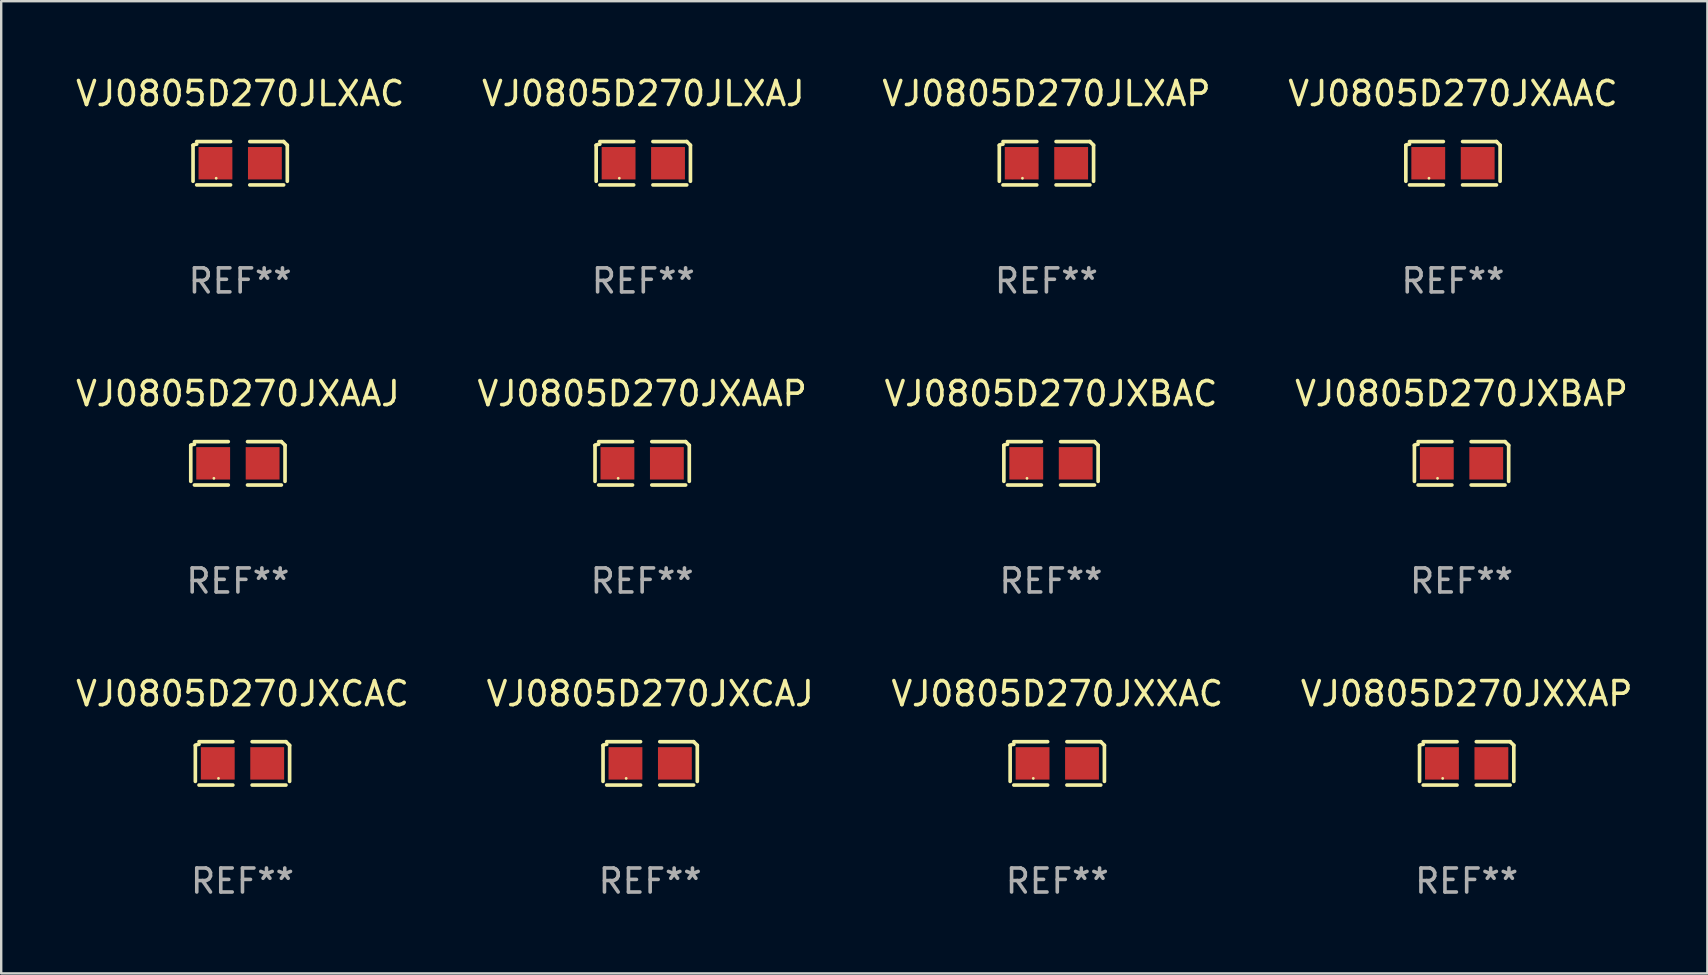
<source format=kicad_pcb>
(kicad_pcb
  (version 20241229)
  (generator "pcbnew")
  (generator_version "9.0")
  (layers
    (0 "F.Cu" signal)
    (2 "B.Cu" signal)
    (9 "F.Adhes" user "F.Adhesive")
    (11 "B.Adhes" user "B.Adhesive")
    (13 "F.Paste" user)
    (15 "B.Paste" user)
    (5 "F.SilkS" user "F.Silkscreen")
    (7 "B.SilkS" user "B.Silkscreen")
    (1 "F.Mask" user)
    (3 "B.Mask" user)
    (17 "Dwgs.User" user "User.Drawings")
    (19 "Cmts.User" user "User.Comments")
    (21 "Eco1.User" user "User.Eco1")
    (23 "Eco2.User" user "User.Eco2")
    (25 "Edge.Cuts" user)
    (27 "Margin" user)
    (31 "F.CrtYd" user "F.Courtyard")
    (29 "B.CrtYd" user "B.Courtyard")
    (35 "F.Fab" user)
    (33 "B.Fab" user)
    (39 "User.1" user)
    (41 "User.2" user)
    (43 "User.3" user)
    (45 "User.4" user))
  (footprint "VJ0805D270JXXAP"
    (layer "F.Cu")
    (at 58.065 28.759)
    (property "Reference" "VJ0805D270JXXAP" (at 0 -2.904 0) (layer "F.SilkS") (effects (font (size 1 1) (thickness 0.15))))
    (attr through_hole)
    (fp_line (start -1.964 0.751) (end -1.964 -0.751) (stroke (width 0.152) (type solid)) (layer "F.SilkS"))
    (fp_line (start -1.811 -0.904) (end -0.401 -0.904) (stroke (width 0.152) (type solid)) (layer "F.SilkS"))
    (fp_line (start -0.401 0.904) (end -1.811 0.904) (stroke (width 0.152) (type solid)) (layer "F.SilkS"))
    (fp_line (start 0.401 0.904) (end 1.811 0.904) (stroke (width 0.152) (type solid)) (layer "F.SilkS"))
    (fp_line (start 1.811 -0.904) (end 0.401 -0.904) (stroke (width 0.152) (type solid)) (layer "F.SilkS"))
    (fp_line (start 1.964 0.751) (end 1.964 -0.751) (stroke (width 0.152) (type solid)) (layer "F.SilkS"))
    (fp_arc (start -1.963602 -0.751207) (mid -1.890354 -0.783131) (end -1.811201 -0.794044) (stroke (width 0.1524) (type solid)) (layer "F.SilkS"))
    (fp_arc (start 1.811202 -0.903607) (mid 1.887413 -0.827418) (end 1.963602 -0.751207) (stroke (width 0.1524) (type solid)) (layer "F.SilkS"))
    (fp_circle (center -1 0.625) (end -0.97 0.625) (stroke (width 0.06) (type solid)) (fill no) (layer "F.SilkS"))
    (fp_text user "REF**" (at 0 4.904 0) (layer "F.Fab") (effects (font (size 1 1) (thickness 0.15))))
    (pad "1" smd rect (at -1.03 0) (size 1.41 1.35) (layers "F.Cu" "F.Mask" "F.Paste"))
    (pad "2" smd rect (at 1.03 0) (size 1.41 1.35) (layers "F.Cu" "F.Mask" "F.Paste")))
  (footprint "VJ0805D270JXCAJ"
    (layer "F.Cu")
    (at 24.042 28.759)
    (property "Reference" "VJ0805D270JXCAJ" (at 0 -2.904 0) (layer "F.SilkS") (effects (font (size 1 1) (thickness 0.15))))
    (attr through_hole)
    (fp_line (start -1.964 0.751) (end -1.964 -0.751) (stroke (width 0.152) (type solid)) (layer "F.SilkS"))
    (fp_line (start -1.811 -0.904) (end -0.401 -0.904) (stroke (width 0.152) (type solid)) (layer "F.SilkS"))
    (fp_line (start -0.401 0.904) (end -1.811 0.904) (stroke (width 0.152) (type solid)) (layer "F.SilkS"))
    (fp_line (start 0.401 0.904) (end 1.811 0.904) (stroke (width 0.152) (type solid)) (layer "F.SilkS"))
    (fp_line (start 1.811 -0.904) (end 0.401 -0.904) (stroke (width 0.152) (type solid)) (layer "F.SilkS"))
    (fp_line (start 1.964 0.751) (end 1.964 -0.751) (stroke (width 0.152) (type solid)) (layer "F.SilkS"))
    (fp_arc (start -1.963602 -0.751207) (mid -1.890354 -0.783131) (end -1.811201 -0.794044) (stroke (width 0.1524) (type solid)) (layer "F.SilkS"))
    (fp_arc (start 1.811202 -0.903607) (mid 1.887413 -0.827418) (end 1.963602 -0.751207) (stroke (width 0.1524) (type solid)) (layer "F.SilkS"))
    (fp_circle (center -1 0.625) (end -0.97 0.625) (stroke (width 0.06) (type solid)) (fill no) (layer "F.SilkS"))
    (fp_text user "REF**" (at 0 4.904 0) (layer "F.Fab") (effects (font (size 1 1) (thickness 0.15))))
    (pad "1" smd rect (at -1.03 0) (size 1.41 1.35) (layers "F.Cu" "F.Mask" "F.Paste"))
    (pad "2" smd rect (at 1.03 0) (size 1.41 1.35) (layers "F.Cu" "F.Mask" "F.Paste")))
  (footprint "VJ0805D270JLXAP"
    (layer "F.Cu")
    (at 40.554 3.752)
    (property "Reference" "VJ0805D270JLXAP" (at 0 -2.904 0) (layer "F.SilkS") (effects (font (size 1 1) (thickness 0.15))))
    (attr through_hole)
    (fp_line (start -1.964 0.751) (end -1.964 -0.751) (stroke (width 0.152) (type solid)) (layer "F.SilkS"))
    (fp_line (start -1.811 -0.904) (end -0.401 -0.904) (stroke (width 0.152) (type solid)) (layer "F.SilkS"))
    (fp_line (start -0.401 0.904) (end -1.811 0.904) (stroke (width 0.152) (type solid)) (layer "F.SilkS"))
    (fp_line (start 0.401 0.904) (end 1.811 0.904) (stroke (width 0.152) (type solid)) (layer "F.SilkS"))
    (fp_line (start 1.811 -0.904) (end 0.401 -0.904) (stroke (width 0.152) (type solid)) (layer "F.SilkS"))
    (fp_line (start 1.964 0.751) (end 1.964 -0.751) (stroke (width 0.152) (type solid)) (layer "F.SilkS"))
    (fp_arc (start -1.963602 -0.751207) (mid -1.890354 -0.783131) (end -1.811201 -0.794044) (stroke (width 0.1524) (type solid)) (layer "F.SilkS"))
    (fp_arc (start 1.811202 -0.903607) (mid 1.887413 -0.827418) (end 1.963602 -0.751207) (stroke (width 0.1524) (type solid)) (layer "F.SilkS"))
    (fp_circle (center -1 0.625) (end -0.97 0.625) (stroke (width 0.06) (type solid)) (fill no) (layer "F.SilkS"))
    (fp_text user "REF**" (at 0 4.904 0) (layer "F.Fab") (effects (font (size 1 1) (thickness 0.15))))
    (pad "1" smd rect (at -1.03 0) (size 1.41 1.35) (layers "F.Cu" "F.Mask" "F.Paste"))
    (pad "2" smd rect (at 1.03 0) (size 1.41 1.35) (layers "F.Cu" "F.Mask" "F.Paste")))
  (footprint "VJ0805D270JXAAC"
    (layer "F.Cu")
    (at 57.494 3.752)
    (property "Reference" "VJ0805D270JXAAC" (at 0 -2.904 0) (layer "F.SilkS") (effects (font (size 1 1) (thickness 0.15))))
    (attr through_hole)
    (fp_line (start -1.964 0.751) (end -1.964 -0.751) (stroke (width 0.152) (type solid)) (layer "F.SilkS"))
    (fp_line (start -1.811 -0.904) (end -0.401 -0.904) (stroke (width 0.152) (type solid)) (layer "F.SilkS"))
    (fp_line (start -0.401 0.904) (end -1.811 0.904) (stroke (width 0.152) (type solid)) (layer "F.SilkS"))
    (fp_line (start 0.401 0.904) (end 1.811 0.904) (stroke (width 0.152) (type solid)) (layer "F.SilkS"))
    (fp_line (start 1.811 -0.904) (end 0.401 -0.904) (stroke (width 0.152) (type solid)) (layer "F.SilkS"))
    (fp_line (start 1.964 0.751) (end 1.964 -0.751) (stroke (width 0.152) (type solid)) (layer "F.SilkS"))
    (fp_arc (start -1.963602 -0.751207) (mid -1.890354 -0.783131) (end -1.811201 -0.794044) (stroke (width 0.1524) (type solid)) (layer "F.SilkS"))
    (fp_arc (start 1.811202 -0.903607) (mid 1.887413 -0.827418) (end 1.963602 -0.751207) (stroke (width 0.1524) (type solid)) (layer "F.SilkS"))
    (fp_circle (center -1 0.625) (end -0.97 0.625) (stroke (width 0.06) (type solid)) (fill no) (layer "F.SilkS"))
    (fp_text user "REF**" (at 0 4.904 0) (layer "F.Fab") (effects (font (size 1 1) (thickness 0.15))))
    (pad "1" smd rect (at -1.03 0) (size 1.41 1.35) (layers "F.Cu" "F.Mask" "F.Paste"))
    (pad "2" smd rect (at 1.03 0) (size 1.41 1.35) (layers "F.Cu" "F.Mask" "F.Paste")))
  (footprint "VJ0805D270JXXAC"
    (layer "F.Cu")
    (at 41.006 28.759)
    (property "Reference" "VJ0805D270JXXAC" (at 0 -2.904 0) (layer "F.SilkS") (effects (font (size 1 1) (thickness 0.15))))
    (attr through_hole)
    (fp_line (start -1.964 0.751) (end -1.964 -0.751) (stroke (width 0.152) (type solid)) (layer "F.SilkS"))
    (fp_line (start -1.811 -0.904) (end -0.401 -0.904) (stroke (width 0.152) (type solid)) (layer "F.SilkS"))
    (fp_line (start -0.401 0.904) (end -1.811 0.904) (stroke (width 0.152) (type solid)) (layer "F.SilkS"))
    (fp_line (start 0.401 0.904) (end 1.811 0.904) (stroke (width 0.152) (type solid)) (layer "F.SilkS"))
    (fp_line (start 1.811 -0.904) (end 0.401 -0.904) (stroke (width 0.152) (type solid)) (layer "F.SilkS"))
    (fp_line (start 1.964 0.751) (end 1.964 -0.751) (stroke (width 0.152) (type solid)) (layer "F.SilkS"))
    (fp_arc (start -1.963602 -0.751207) (mid -1.890354 -0.783131) (end -1.811201 -0.794044) (stroke (width 0.1524) (type solid)) (layer "F.SilkS"))
    (fp_arc (start 1.811202 -0.903607) (mid 1.887413 -0.827418) (end 1.963602 -0.751207) (stroke (width 0.1524) (type solid)) (layer "F.SilkS"))
    (fp_circle (center -1 0.625) (end -0.97 0.625) (stroke (width 0.06) (type solid)) (fill no) (layer "F.SilkS"))
    (fp_text user "REF**" (at 0 4.904 0) (layer "F.Fab") (effects (font (size 1 1) (thickness 0.15))))
    (pad "1" smd rect (at -1.03 0) (size 1.41 1.35) (layers "F.Cu" "F.Mask" "F.Paste"))
    (pad "2" smd rect (at 1.03 0) (size 1.41 1.35) (layers "F.Cu" "F.Mask" "F.Paste")))
  (footprint "VJ0805D270JLXAJ"
    (layer "F.Cu")
    (at 23.756 3.752)
    (property "Reference" "VJ0805D270JLXAJ" (at 0 -2.904 0) (layer "F.SilkS") (effects (font (size 1 1) (thickness 0.15))))
    (attr through_hole)
    (fp_line (start -1.964 0.751) (end -1.964 -0.751) (stroke (width 0.152) (type solid)) (layer "F.SilkS"))
    (fp_line (start -1.811 -0.904) (end -0.401 -0.904) (stroke (width 0.152) (type solid)) (layer "F.SilkS"))
    (fp_line (start -0.401 0.904) (end -1.811 0.904) (stroke (width 0.152) (type solid)) (layer "F.SilkS"))
    (fp_line (start 0.401 0.904) (end 1.811 0.904) (stroke (width 0.152) (type solid)) (layer "F.SilkS"))
    (fp_line (start 1.811 -0.904) (end 0.401 -0.904) (stroke (width 0.152) (type solid)) (layer "F.SilkS"))
    (fp_line (start 1.964 0.751) (end 1.964 -0.751) (stroke (width 0.152) (type solid)) (layer "F.SilkS"))
    (fp_arc (start -1.963602 -0.751207) (mid -1.890354 -0.783131) (end -1.811201 -0.794044) (stroke (width 0.1524) (type solid)) (layer "F.SilkS"))
    (fp_arc (start 1.811202 -0.903607) (mid 1.887413 -0.827418) (end 1.963602 -0.751207) (stroke (width 0.1524) (type solid)) (layer "F.SilkS"))
    (fp_circle (center -1 0.625) (end -0.97 0.625) (stroke (width 0.06) (type solid)) (fill no) (layer "F.SilkS"))
    (fp_text user "REF**" (at 0 4.904 0) (layer "F.Fab") (effects (font (size 1 1) (thickness 0.15))))
    (pad "1" smd rect (at -1.03 0) (size 1.41 1.35) (layers "F.Cu" "F.Mask" "F.Paste"))
    (pad "2" smd rect (at 1.03 0) (size 1.41 1.35) (layers "F.Cu" "F.Mask" "F.Paste")))
  (footprint "VJ0805D270JXBAP"
    (layer "F.Cu")
    (at 57.851 16.256)
    (property "Reference" "VJ0805D270JXBAP" (at 0 -2.904 0) (layer "F.SilkS") (effects (font (size 1 1) (thickness 0.15))))
    (attr through_hole)
    (fp_line (start -1.964 0.751) (end -1.964 -0.751) (stroke (width 0.152) (type solid)) (layer "F.SilkS"))
    (fp_line (start -1.811 -0.904) (end -0.401 -0.904) (stroke (width 0.152) (type solid)) (layer "F.SilkS"))
    (fp_line (start -0.401 0.904) (end -1.811 0.904) (stroke (width 0.152) (type solid)) (layer "F.SilkS"))
    (fp_line (start 0.401 0.904) (end 1.811 0.904) (stroke (width 0.152) (type solid)) (layer "F.SilkS"))
    (fp_line (start 1.811 -0.904) (end 0.401 -0.904) (stroke (width 0.152) (type solid)) (layer "F.SilkS"))
    (fp_line (start 1.964 0.751) (end 1.964 -0.751) (stroke (width 0.152) (type solid)) (layer "F.SilkS"))
    (fp_arc (start -1.963602 -0.751207) (mid -1.890354 -0.783131) (end -1.811201 -0.794044) (stroke (width 0.1524) (type solid)) (layer "F.SilkS"))
    (fp_arc (start 1.811202 -0.903607) (mid 1.887413 -0.827418) (end 1.963602 -0.751207) (stroke (width 0.1524) (type solid)) (layer "F.SilkS"))
    (fp_circle (center -1 0.625) (end -0.97 0.625) (stroke (width 0.06) (type solid)) (fill no) (layer "F.SilkS"))
    (fp_text user "REF**" (at 0 4.904 0) (layer "F.Fab") (effects (font (size 1 1) (thickness 0.15))))
    (pad "1" smd rect (at -1.03 0) (size 1.41 1.35) (layers "F.Cu" "F.Mask" "F.Paste"))
    (pad "2" smd rect (at 1.03 0) (size 1.41 1.35) (layers "F.Cu" "F.Mask" "F.Paste")))
  (footprint "VJ0805D270JXAAP"
    (layer "F.Cu")
    (at 23.708 16.256)
    (property "Reference" "VJ0805D270JXAAP" (at 0 -2.904 0) (layer "F.SilkS") (effects (font (size 1 1) (thickness 0.15))))
    (attr through_hole)
    (fp_line (start -1.964 0.751) (end -1.964 -0.751) (stroke (width 0.152) (type solid)) (layer "F.SilkS"))
    (fp_line (start -1.811 -0.904) (end -0.401 -0.904) (stroke (width 0.152) (type solid)) (layer "F.SilkS"))
    (fp_line (start -0.401 0.904) (end -1.811 0.904) (stroke (width 0.152) (type solid)) (layer "F.SilkS"))
    (fp_line (start 0.401 0.904) (end 1.811 0.904) (stroke (width 0.152) (type solid)) (layer "F.SilkS"))
    (fp_line (start 1.811 -0.904) (end 0.401 -0.904) (stroke (width 0.152) (type solid)) (layer "F.SilkS"))
    (fp_line (start 1.964 0.751) (end 1.964 -0.751) (stroke (width 0.152) (type solid)) (layer "F.SilkS"))
    (fp_arc (start -1.963602 -0.751207) (mid -1.890354 -0.783131) (end -1.811201 -0.794044) (stroke (width 0.1524) (type solid)) (layer "F.SilkS"))
    (fp_arc (start 1.811202 -0.903607) (mid 1.887413 -0.827418) (end 1.963602 -0.751207) (stroke (width 0.1524) (type solid)) (layer "F.SilkS"))
    (fp_circle (center -1 0.625) (end -0.97 0.625) (stroke (width 0.06) (type solid)) (fill no) (layer "F.SilkS"))
    (fp_text user "REF**" (at 0 4.904 0) (layer "F.Fab") (effects (font (size 1 1) (thickness 0.15))))
    (pad "1" smd rect (at -1.03 0) (size 1.41 1.35) (layers "F.Cu" "F.Mask" "F.Paste"))
    (pad "2" smd rect (at 1.03 0) (size 1.41 1.35) (layers "F.Cu" "F.Mask" "F.Paste")))
  (footprint "VJ0805D270JLXAC"
    (layer "F.Cu")
    (at 6.958 3.752)
    (property "Reference" "VJ0805D270JLXAC" (at 0 -2.904 0) (layer "F.SilkS") (effects (font (size 1 1) (thickness 0.15))))
    (attr through_hole)
    (fp_line (start -1.964 0.751) (end -1.964 -0.751) (stroke (width 0.152) (type solid)) (layer "F.SilkS"))
    (fp_line (start -1.811 -0.904) (end -0.401 -0.904) (stroke (width 0.152) (type solid)) (layer "F.SilkS"))
    (fp_line (start -0.401 0.904) (end -1.811 0.904) (stroke (width 0.152) (type solid)) (layer "F.SilkS"))
    (fp_line (start 0.401 0.904) (end 1.811 0.904) (stroke (width 0.152) (type solid)) (layer "F.SilkS"))
    (fp_line (start 1.811 -0.904) (end 0.401 -0.904) (stroke (width 0.152) (type solid)) (layer "F.SilkS"))
    (fp_line (start 1.964 0.751) (end 1.964 -0.751) (stroke (width 0.152) (type solid)) (layer "F.SilkS"))
    (fp_arc (start -1.963602 -0.751207) (mid -1.890354 -0.783131) (end -1.811201 -0.794044) (stroke (width 0.1524) (type solid)) (layer "F.SilkS"))
    (fp_arc (start 1.811202 -0.903607) (mid 1.887413 -0.827418) (end 1.963602 -0.751207) (stroke (width 0.1524) (type solid)) (layer "F.SilkS"))
    (fp_circle (center -1 0.625) (end -0.97 0.625) (stroke (width 0.06) (type solid)) (fill no) (layer "F.SilkS"))
    (fp_text user "REF**" (at 0 4.904 0) (layer "F.Fab") (effects (font (size 1 1) (thickness 0.15))))
    (pad "1" smd rect (at -1.03 0) (size 1.41 1.35) (layers "F.Cu" "F.Mask" "F.Paste"))
    (pad "2" smd rect (at 1.03 0) (size 1.41 1.35) (layers "F.Cu" "F.Mask" "F.Paste")))
  (footprint "VJ0805D270JXCAC"
    (layer "F.Cu")
    (at 7.054 28.759)
    (property "Reference" "VJ0805D270JXCAC" (at 0 -2.904 0) (layer "F.SilkS") (effects (font (size 1 1) (thickness 0.15))))
    (attr through_hole)
    (fp_line (start -1.964 0.751) (end -1.964 -0.751) (stroke (width 0.152) (type solid)) (layer "F.SilkS"))
    (fp_line (start -1.811 -0.904) (end -0.401 -0.904) (stroke (width 0.152) (type solid)) (layer "F.SilkS"))
    (fp_line (start -0.401 0.904) (end -1.811 0.904) (stroke (width 0.152) (type solid)) (layer "F.SilkS"))
    (fp_line (start 0.401 0.904) (end 1.811 0.904) (stroke (width 0.152) (type solid)) (layer "F.SilkS"))
    (fp_line (start 1.811 -0.904) (end 0.401 -0.904) (stroke (width 0.152) (type solid)) (layer "F.SilkS"))
    (fp_line (start 1.964 0.751) (end 1.964 -0.751) (stroke (width 0.152) (type solid)) (layer "F.SilkS"))
    (fp_arc (start -1.963602 -0.751207) (mid -1.890354 -0.783131) (end -1.811201 -0.794044) (stroke (width 0.1524) (type solid)) (layer "F.SilkS"))
    (fp_arc (start 1.811202 -0.903607) (mid 1.887413 -0.827418) (end 1.963602 -0.751207) (stroke (width 0.1524) (type solid)) (layer "F.SilkS"))
    (fp_circle (center -1 0.625) (end -0.97 0.625) (stroke (width 0.06) (type solid)) (fill no) (layer "F.SilkS"))
    (fp_text user "REF**" (at 0 4.904 0) (layer "F.Fab") (effects (font (size 1 1) (thickness 0.15))))
    (pad "1" smd rect (at -1.03 0) (size 1.41 1.35) (layers "F.Cu" "F.Mask" "F.Paste"))
    (pad "2" smd rect (at 1.03 0) (size 1.41 1.35) (layers "F.Cu" "F.Mask" "F.Paste")))
  (footprint "VJ0805D270JXAAJ"
    (layer "F.Cu")
    (at 6.863 16.256)
    (property "Reference" "VJ0805D270JXAAJ" (at 0 -2.904 0) (layer "F.SilkS") (effects (font (size 1 1) (thickness 0.15))))
    (attr through_hole)
    (fp_line (start -1.964 0.751) (end -1.964 -0.751) (stroke (width 0.152) (type solid)) (layer "F.SilkS"))
    (fp_line (start -1.811 -0.904) (end -0.401 -0.904) (stroke (width 0.152) (type solid)) (layer "F.SilkS"))
    (fp_line (start -0.401 0.904) (end -1.811 0.904) (stroke (width 0.152) (type solid)) (layer "F.SilkS"))
    (fp_line (start 0.401 0.904) (end 1.811 0.904) (stroke (width 0.152) (type solid)) (layer "F.SilkS"))
    (fp_line (start 1.811 -0.904) (end 0.401 -0.904) (stroke (width 0.152) (type solid)) (layer "F.SilkS"))
    (fp_line (start 1.964 0.751) (end 1.964 -0.751) (stroke (width 0.152) (type solid)) (layer "F.SilkS"))
    (fp_arc (start -1.963602 -0.751207) (mid -1.890354 -0.783131) (end -1.811201 -0.794044) (stroke (width 0.1524) (type solid)) (layer "F.SilkS"))
    (fp_arc (start 1.811202 -0.903607) (mid 1.887413 -0.827418) (end 1.963602 -0.751207) (stroke (width 0.1524) (type solid)) (layer "F.SilkS"))
    (fp_circle (center -1 0.625) (end -0.97 0.625) (stroke (width 0.06) (type solid)) (fill no) (layer "F.SilkS"))
    (fp_text user "REF**" (at 0 4.904 0) (layer "F.Fab") (effects (font (size 1 1) (thickness 0.15))))
    (pad "1" smd rect (at -1.03 0) (size 1.41 1.35) (layers "F.Cu" "F.Mask" "F.Paste"))
    (pad "2" smd rect (at 1.03 0) (size 1.41 1.35) (layers "F.Cu" "F.Mask" "F.Paste")))
  (footprint "VJ0805D270JXBAC"
    (layer "F.Cu")
    (at 40.744 16.256)
    (property "Reference" "VJ0805D270JXBAC" (at 0 -2.904 0) (layer "F.SilkS") (effects (font (size 1 1) (thickness 0.15))))
    (attr through_hole)
    (fp_line (start -1.964 0.751) (end -1.964 -0.751) (stroke (width 0.152) (type solid)) (layer "F.SilkS"))
    (fp_line (start -1.811 -0.904) (end -0.401 -0.904) (stroke (width 0.152) (type solid)) (layer "F.SilkS"))
    (fp_line (start -0.401 0.904) (end -1.811 0.904) (stroke (width 0.152) (type solid)) (layer "F.SilkS"))
    (fp_line (start 0.401 0.904) (end 1.811 0.904) (stroke (width 0.152) (type solid)) (layer "F.SilkS"))
    (fp_line (start 1.811 -0.904) (end 0.401 -0.904) (stroke (width 0.152) (type solid)) (layer "F.SilkS"))
    (fp_line (start 1.964 0.751) (end 1.964 -0.751) (stroke (width 0.152) (type solid)) (layer "F.SilkS"))
    (fp_arc (start -1.963602 -0.751207) (mid -1.890354 -0.783131) (end -1.811201 -0.794044) (stroke (width 0.1524) (type solid)) (layer "F.SilkS"))
    (fp_arc (start 1.811202 -0.903607) (mid 1.887413 -0.827418) (end 1.963602 -0.751207) (stroke (width 0.1524) (type solid)) (layer "F.SilkS"))
    (fp_circle (center -1 0.625) (end -0.97 0.625) (stroke (width 0.06) (type solid)) (fill no) (layer "F.SilkS"))
    (fp_text user "REF**" (at 0 4.904 0) (layer "F.Fab") (effects (font (size 1 1) (thickness 0.15))))
    (pad "1" smd rect (at -1.03 0) (size 1.41 1.35) (layers "F.Cu" "F.Mask" "F.Paste"))
    (pad "2" smd rect (at 1.03 0) (size 1.41 1.35) (layers "F.Cu" "F.Mask" "F.Paste")))
  (gr_rect
    (start -3 -3)
    (end 68.095 37.511)
    (stroke (width 0.1) (type default))
    (fill no)
    (layer "Edge.Cuts")))
</source>
